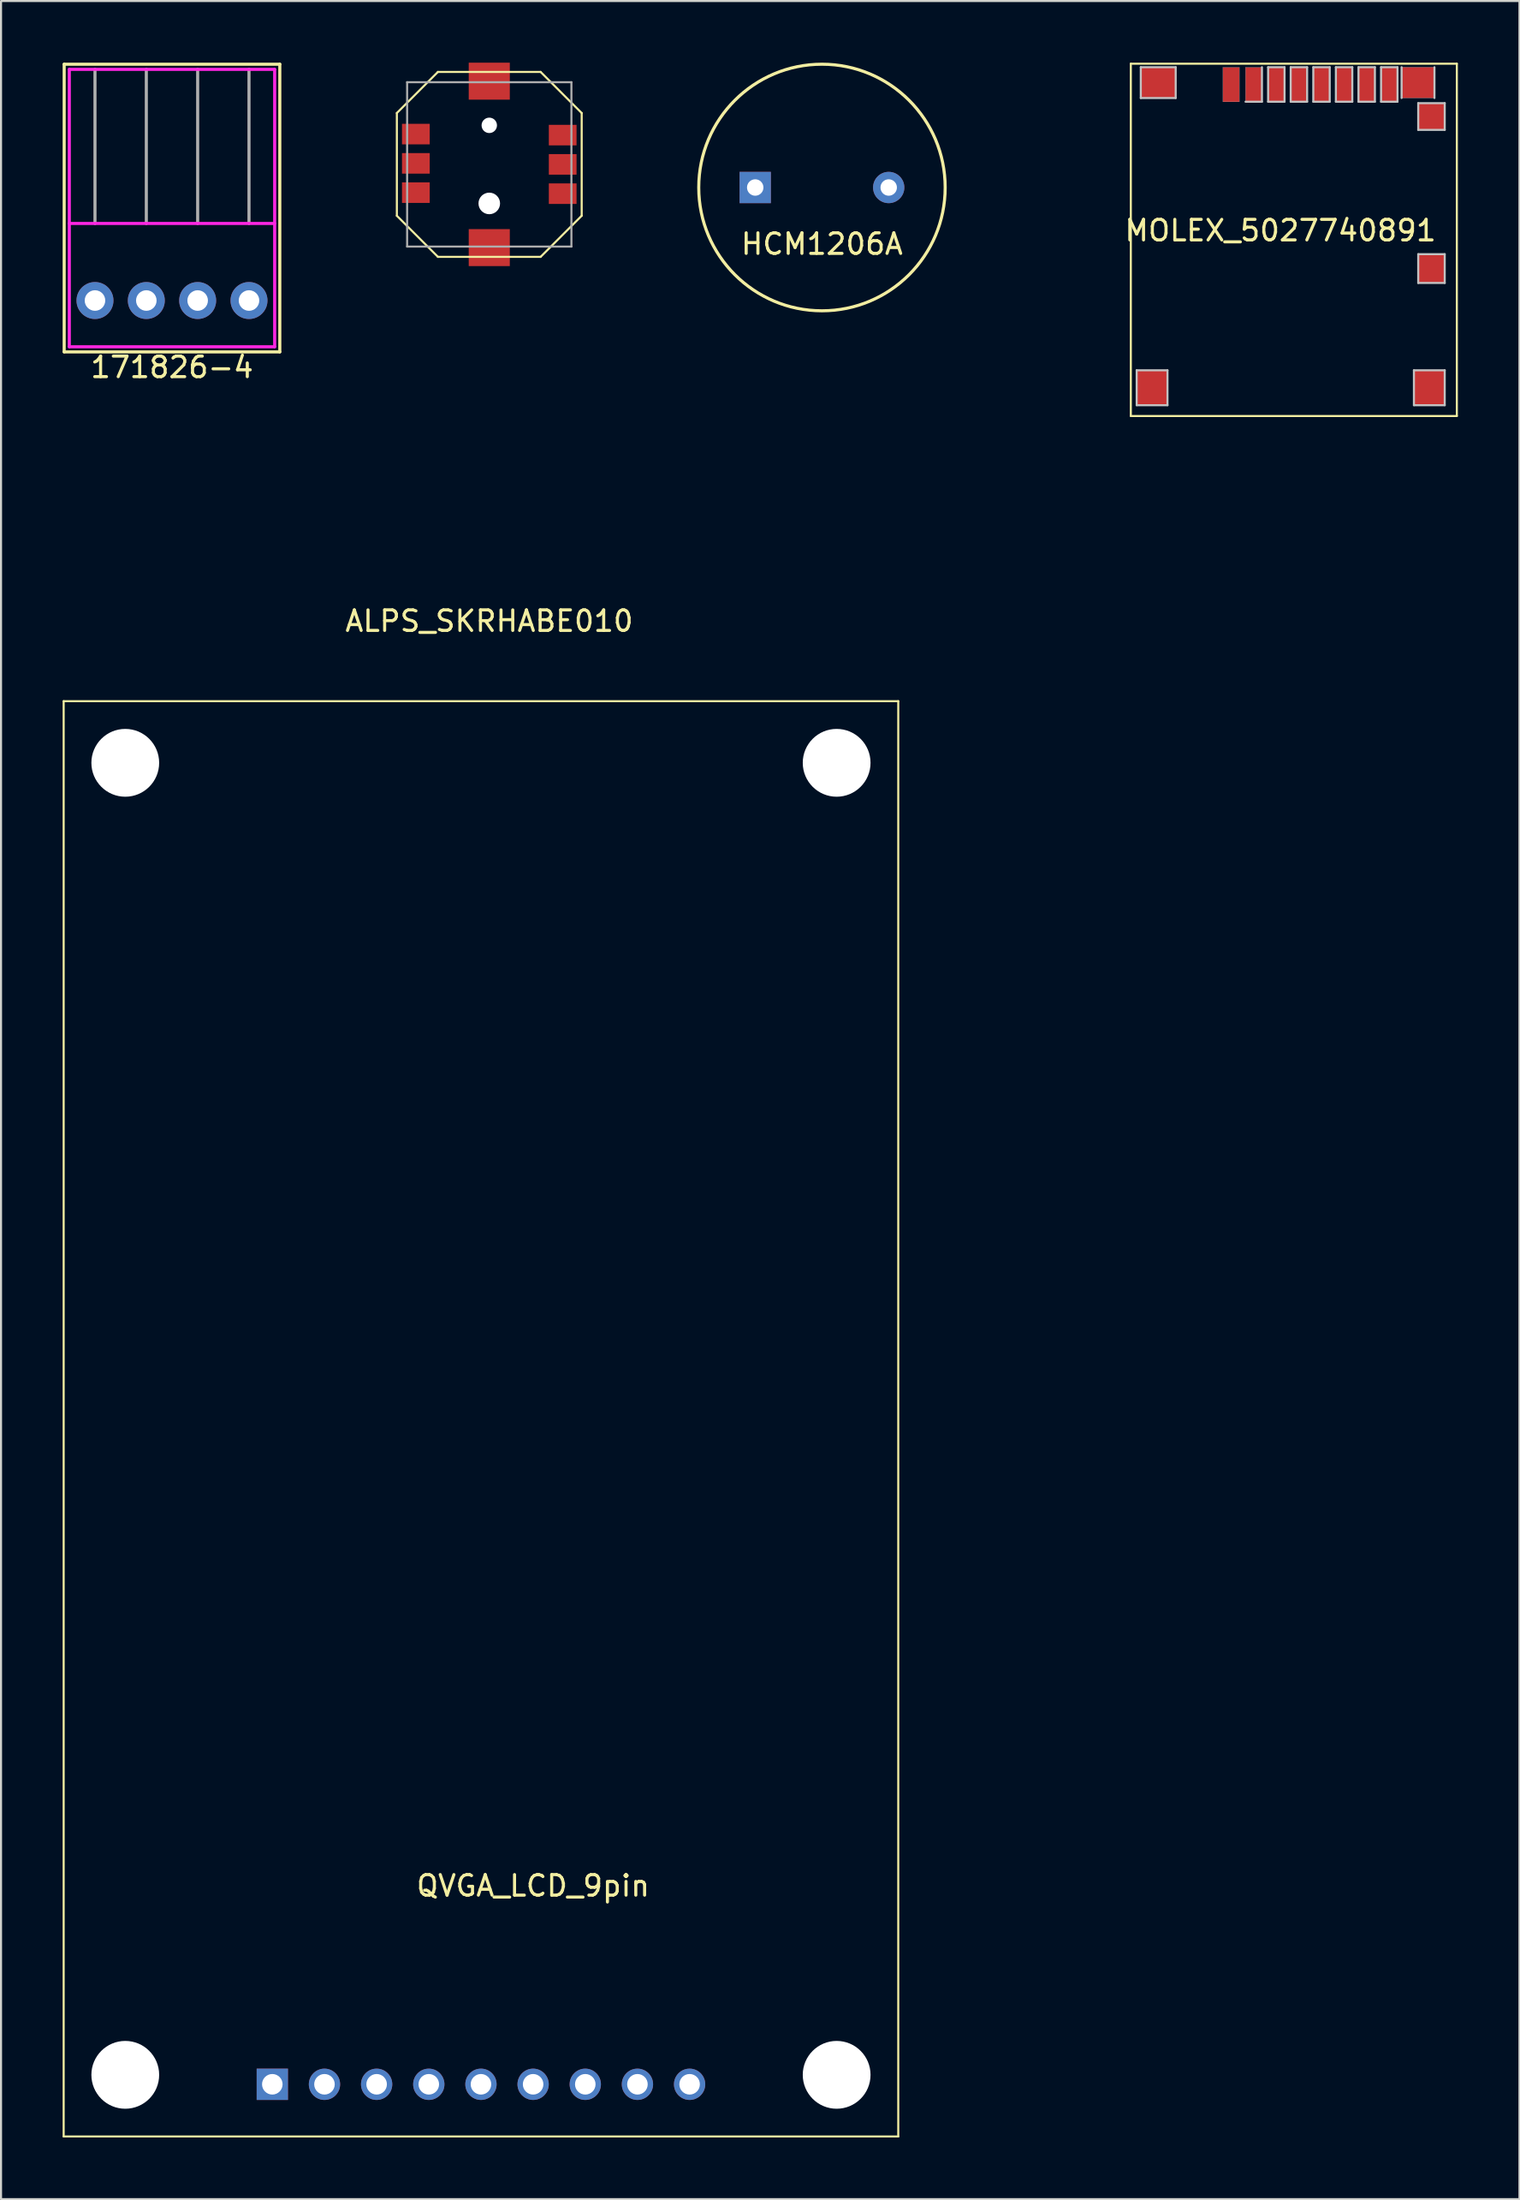
<source format=kicad_pcb>
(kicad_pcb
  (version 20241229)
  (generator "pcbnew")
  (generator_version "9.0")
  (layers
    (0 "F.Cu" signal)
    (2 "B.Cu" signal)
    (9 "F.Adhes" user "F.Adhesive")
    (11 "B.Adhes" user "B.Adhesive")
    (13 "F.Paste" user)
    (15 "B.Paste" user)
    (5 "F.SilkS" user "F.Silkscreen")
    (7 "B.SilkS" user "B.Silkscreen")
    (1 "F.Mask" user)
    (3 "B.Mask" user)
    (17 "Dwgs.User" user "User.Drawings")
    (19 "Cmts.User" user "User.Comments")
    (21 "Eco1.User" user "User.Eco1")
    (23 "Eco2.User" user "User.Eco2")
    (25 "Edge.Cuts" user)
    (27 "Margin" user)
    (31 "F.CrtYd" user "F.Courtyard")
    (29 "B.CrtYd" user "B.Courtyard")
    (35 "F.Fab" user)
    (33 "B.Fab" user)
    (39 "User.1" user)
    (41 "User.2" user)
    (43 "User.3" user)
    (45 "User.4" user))
  (footprint "MOLEX_5027740891"
    (layer "F.Cu")
    (at 46.3 7.67)
    (property "Reference" "MOLEX_5027740891" (at 13 0.5 0) (layer "F.SilkS") (effects (font (size 1 1) (thickness 0.15))))
    (attr through_hole)
    (fp_line (start 5.715 -7.62) (end 5.715 9.525) (stroke (width 0.1) (type solid)) (layer "F.SilkS"))
    (fp_line (start 5.715 9.525) (end 21.59 9.525) (stroke (width 0.1) (type solid)) (layer "F.SilkS"))
    (fp_line (start 21.59 -7.62) (end 5.715 -7.62) (stroke (width 0.1) (type solid)) (layer "F.SilkS"))
    (fp_line (start 21.59 -7.62) (end 21.59 9.525) (stroke (width 0.1) (type solid)) (layer "F.SilkS"))
    (fp_line (start 6 7.3) (end 7.5 7.3) (stroke (width 0.1) (type solid)) (layer "Dwgs.User"))
    (fp_line (start 6 9) (end 6 7.3) (stroke (width 0.1) (type solid)) (layer "Dwgs.User"))
    (fp_line (start 6.2 -7.45) (end 7.9 -7.45) (stroke (width 0.1) (type solid)) (layer "Dwgs.User"))
    (fp_line (start 6.2 -5.95) (end 6.2 -7.45) (stroke (width 0.1) (type solid)) (layer "Dwgs.User"))
    (fp_line (start 7.5 7.3) (end 7.5 9) (stroke (width 0.1) (type solid)) (layer "Dwgs.User"))
    (fp_line (start 7.5 9) (end 6 9) (stroke (width 0.1) (type solid)) (layer "Dwgs.User"))
    (fp_line (start 7.9 -7.45) (end 7.9 -5.95) (stroke (width 0.1) (type solid)) (layer "Dwgs.User"))
    (fp_line (start 7.9 -5.95) (end 6.2 -5.95) (stroke (width 0.1) (type solid)) (layer "Dwgs.User"))
    (fp_line (start 10.2 -7.45) (end 11 -7.45) (stroke (width 0.01) (type solid)) (layer "Dwgs.User"))
    (fp_line (start 10.2 -5.77) (end 10.2 -7.45) (stroke (width 0.01) (type solid)) (layer "Dwgs.User"))
    (fp_line (start 11 -7.45) (end 11 -5.77) (stroke (width 0.01) (type solid)) (layer "Dwgs.User"))
    (fp_line (start 11 -5.77) (end 10.2 -5.77) (stroke (width 0.01) (type solid)) (layer "Dwgs.User"))
    (fp_line (start 11.3 -7.45) (end 12.1 -7.45) (stroke (width 0.01) (type solid)) (layer "Dwgs.User"))
    (fp_line (start 11.3 -5.77) (end 11.3 -7.45) (stroke (width 0.01) (type solid)) (layer "Dwgs.User"))
    (fp_line (start 12.1 -7.45) (end 12.1 -5.77) (stroke (width 0.1) (type solid)) (layer "Dwgs.User"))
    (fp_line (start 12.1 -5.77) (end 11.3 -5.77) (stroke (width 0.1) (type solid)) (layer "Dwgs.User"))
    (fp_line (start 12.4 -7.45) (end 13.2 -7.45) (stroke (width 0.1) (type solid)) (layer "Dwgs.User"))
    (fp_line (start 12.4 -5.77) (end 12.4 -7.45) (stroke (width 0.1) (type solid)) (layer "Dwgs.User"))
    (fp_line (start 13.2 -7.45) (end 13.2 -5.77) (stroke (width 0.1) (type solid)) (layer "Dwgs.User"))
    (fp_line (start 13.2 -5.77) (end 12.4 -5.77) (stroke (width 0.1) (type solid)) (layer "Dwgs.User"))
    (fp_line (start 13.5 -7.45) (end 14.3 -7.45) (stroke (width 0.1) (type solid)) (layer "Dwgs.User"))
    (fp_line (start 13.5 -5.77) (end 13.5 -7.45) (stroke (width 0.1) (type solid)) (layer "Dwgs.User"))
    (fp_line (start 14.3 -7.45) (end 14.3 -5.77) (stroke (width 0.1) (type solid)) (layer "Dwgs.User"))
    (fp_line (start 14.3 -5.77) (end 13.5 -5.77) (stroke (width 0.1) (type solid)) (layer "Dwgs.User"))
    (fp_line (start 14.6 -7.45) (end 15.4 -7.45) (stroke (width 0.1) (type solid)) (layer "Dwgs.User"))
    (fp_line (start 14.6 -5.77) (end 14.6 -7.45) (stroke (width 0.1) (type solid)) (layer "Dwgs.User"))
    (fp_line (start 15.4 -7.45) (end 15.4 -5.77) (stroke (width 0.1) (type solid)) (layer "Dwgs.User"))
    (fp_line (start 15.4 -5.77) (end 14.6 -5.77) (stroke (width 0.1) (type solid)) (layer "Dwgs.User"))
    (fp_line (start 15.7 -7.45) (end 16.5 -7.45) (stroke (width 0.1) (type solid)) (layer "Dwgs.User"))
    (fp_line (start 15.7 -5.77) (end 15.7 -7.45) (stroke (width 0.1) (type solid)) (layer "Dwgs.User"))
    (fp_line (start 16.5 -7.45) (end 16.5 -5.77) (stroke (width 0.1) (type solid)) (layer "Dwgs.User"))
    (fp_line (start 16.5 -5.77) (end 15.7 -5.77) (stroke (width 0.1) (type solid)) (layer "Dwgs.User"))
    (fp_line (start 16.8 -7.45) (end 17.6 -7.45) (stroke (width 0.1) (type solid)) (layer "Dwgs.User"))
    (fp_line (start 16.8 -5.77) (end 16.8 -7.45) (stroke (width 0.1) (type solid)) (layer "Dwgs.User"))
    (fp_line (start 17.6 -7.45) (end 17.6 -5.77) (stroke (width 0.1) (type solid)) (layer "Dwgs.User"))
    (fp_line (start 17.6 -5.77) (end 16.8 -5.77) (stroke (width 0.1) (type solid)) (layer "Dwgs.User"))
    (fp_line (start 17.9 -7.45) (end 18.7 -7.45) (stroke (width 0.1) (type solid)) (layer "Dwgs.User"))
    (fp_line (start 17.9 -5.77) (end 17.9 -7.45) (stroke (width 0.1) (type solid)) (layer "Dwgs.User"))
    (fp_line (start 18.7 -7.45) (end 18.7 -5.77) (stroke (width 0.1) (type solid)) (layer "Dwgs.User"))
    (fp_line (start 18.7 -5.77) (end 17.9 -5.77) (stroke (width 0.1) (type solid)) (layer "Dwgs.User"))
    (fp_line (start 18.9 -7.45) (end 20.5 -7.45) (stroke (width 0.01) (type solid)) (layer "Dwgs.User"))
    (fp_line (start 18.9 -5.95) (end 18.9 -7.45) (stroke (width 0.1) (type solid)) (layer "Dwgs.User"))
    (fp_line (start 19.5 7.3) (end 21 7.3) (stroke (width 0.1) (type solid)) (layer "Dwgs.User"))
    (fp_line (start 19.5 9) (end 19.5 7.3) (stroke (width 0.1) (type solid)) (layer "Dwgs.User"))
    (fp_line (start 19.71 -5.7) (end 21 -5.7) (stroke (width 0.1) (type solid)) (layer "Dwgs.User"))
    (fp_line (start 19.71 -4.4) (end 19.71 -5.7) (stroke (width 0.1) (type solid)) (layer "Dwgs.User"))
    (fp_line (start 19.71 1.65) (end 21 1.65) (stroke (width 0.1) (type solid)) (layer "Dwgs.User"))
    (fp_line (start 19.71 3.05) (end 19.71 1.65) (stroke (width 0.1) (type solid)) (layer "Dwgs.User"))
    (fp_line (start 20.5 -7.45) (end 20.5 -5.95) (stroke (width 0.1) (type solid)) (layer "Dwgs.User"))
    (fp_line (start 20.5 -5.95) (end 18.9 -5.95) (stroke (width 0.01) (type solid)) (layer "Dwgs.User"))
    (fp_line (start 21 -5.7) (end 21 -4.4) (stroke (width 0.1) (type solid)) (layer "Dwgs.User"))
    (fp_line (start 21 -4.4) (end 19.71 -4.4) (stroke (width 0.1) (type solid)) (layer "Dwgs.User"))
    (fp_line (start 21 1.65) (end 21 3.05) (stroke (width 0.1) (type solid)) (layer "Dwgs.User"))
    (fp_line (start 21 3.05) (end 19.71 3.05) (stroke (width 0.1) (type solid)) (layer "Dwgs.User"))
    (fp_line (start 21 7.3) (end 21 9) (stroke (width 0.1) (type solid)) (layer "Dwgs.User"))
    (fp_line (start 21 9) (end 19.5 9) (stroke (width 0.1) (type solid)) (layer "Dwgs.User"))
    (pad "1" smd rect (at 10.6 -6.6) (size 0.8 1.68) (layers "F.Cu" "F.Mask" "F.Paste"))
    (pad "2" smd rect (at 11.7 -6.6) (size 0.8 1.68) (layers "F.Cu" "F.Mask" "F.Paste"))
    (pad "3" smd rect (at 12.8 -6.6) (size 0.8 1.68) (layers "F.Cu" "F.Mask" "F.Paste"))
    (pad "4" smd rect (at 13.9 -6.6) (size 0.8 1.68) (layers "F.Cu" "F.Mask" "F.Paste"))
    (pad "5" smd rect (at 15 -6.6) (size 0.8 1.68) (layers "F.Cu" "F.Mask" "F.Paste"))
    (pad "6" smd rect (at 16.1 -6.6) (size 0.8 1.68) (layers "F.Cu" "F.Mask" "F.Paste"))
    (pad "7" smd rect (at 17.2 -6.6) (size 0.8 1.68) (layers "F.Cu" "F.Mask" "F.Paste"))
    (pad "8" smd rect (at 18.3 -6.6) (size 0.8 1.68) (layers "F.Cu" "F.Mask" "F.Paste"))
    (pad "9" smd rect (at 20.35 -5.05 270) (size 1.3 1.29) (layers "F.Cu" "F.Mask" "F.Paste"))
    (pad "10" smd rect (at 20.35 2.35 90) (size 1.4 1.29) (layers "F.Cu" "F.Mask" "F.Paste"))
    (pad "11" smd rect (at 6.75 8.15 270) (size 1.7 1.5) (layers "F.Cu" "F.Mask" "F.Paste"))
    (pad "11" smd rect (at 7.05 -6.7) (size 1.7 1.5) (layers "F.Cu" "F.Mask" "F.Paste"))
    (pad "11" smd rect (at 19.7 -6.7) (size 1.6 1.5) (layers "F.Cu" "F.Mask" "F.Paste"))
    (pad "11" smd rect (at 20.25 8.15 270) (size 1.7 1.5) (layers "F.Cu" "F.Mask" "F.Paste")))
  (footprint "171826-4"
    (layer "F.Cu")
    (at 5.325 11.575)
    (property "Reference" "171826-4" (at 0 3.25 0) (layer "F.SilkS") (effects (font (size 1 1) (thickness 0.15))))
    (attr through_hole)
    (fp_line (start -5.25 -11.5) (end 5.25 -11.5) (stroke (width 0.15) (type solid)) (layer "F.SilkS"))
    (fp_line (start -5.25 2.5) (end -5.25 -11.5) (stroke (width 0.15) (type solid)) (layer "F.SilkS"))
    (fp_line (start 5.25 -11.5) (end 5.25 2.5) (stroke (width 0.15) (type solid)) (layer "F.SilkS"))
    (fp_line (start 5.25 2.5) (end -5.25 2.5) (stroke (width 0.15) (type solid)) (layer "F.SilkS"))
    (fp_line (start -5 -11.25) (end -5 2.25) (stroke (width 0.15) (type solid)) (layer "F.CrtYd"))
    (fp_line (start 5 -11.25) (end -5 -11.25) (stroke (width 0.15) (type solid)) (layer "F.CrtYd"))
    (fp_line (start 5 -11.25) (end 5 2.25) (stroke (width 0.15) (type solid)) (layer "F.CrtYd"))
    (fp_line (start 5 -3.75) (end -5 -3.75) (stroke (width 0.15) (type solid)) (layer "F.CrtYd"))
    (fp_line (start 5 2.25) (end -5 2.25) (stroke (width 0.15) (type solid)) (layer "F.CrtYd"))
    (fp_line (start -3.75 -3.75) (end -3.75 -11.25) (stroke (width 0.15) (type solid)) (layer "F.Fab"))
    (fp_line (start -1.25 -3.75) (end -1.25 -11.25) (stroke (width 0.15) (type solid)) (layer "F.Fab"))
    (fp_line (start 1.25 -3.75) (end 1.25 -11.25) (stroke (width 0.15) (type solid)) (layer "F.Fab"))
    (fp_line (start 3.75 -3.75) (end 3.75 -11.25) (stroke (width 0.15) (type solid)) (layer "F.Fab"))
    (pad "1" thru_hole circle (at 3.75 0) (size 1.8 1.8) (drill 1) (layers "*.Cu" "*.Mask"))
    (pad "2" thru_hole circle (at 1.25 0) (size 1.8 1.8) (drill 1) (layers "*.Cu" "*.Mask"))
    (pad "3" thru_hole circle (at -1.25 0) (size 1.8 1.8) (drill 1) (layers "*.Cu" "*.Mask"))
    (pad "4" thru_hole circle (at -3.75 0) (size 1.8 1.8) (drill 1) (layers "*.Cu" "*.Mask")))
  (footprint "ALPS_SKRHABE010"
    (layer "F.Cu")
    (at 20.775 4.95)
    (property "Reference" "ALPS_SKRHABE010" (at 0 22.225 0) (layer "F.SilkS") (effects (font (size 1 1) (thickness 0.15))))
    (attr through_hole)
    (fp_line (start -4.5 -2.5) (end -2.5 -4.5) (stroke (width 0.1) (type solid)) (layer "F.SilkS"))
    (fp_line (start -4.5 2.5) (end -4.5 -2.5) (stroke (width 0.1) (type solid)) (layer "F.SilkS"))
    (fp_line (start -2.5 -4.5) (end 2.5 -4.5) (stroke (width 0.1) (type solid)) (layer "F.SilkS"))
    (fp_line (start -2.5 4.5) (end -4.5 2.5) (stroke (width 0.1) (type solid)) (layer "F.SilkS"))
    (fp_line (start 2.5 -4.5) (end 4.5 -2.5) (stroke (width 0.1) (type solid)) (layer "F.SilkS"))
    (fp_line (start 2.5 4.5) (end -2.5 4.5) (stroke (width 0.1) (type solid)) (layer "F.SilkS"))
    (fp_line (start 4.5 -2.5) (end 4.5 2.5) (stroke (width 0.1) (type solid)) (layer "F.SilkS"))
    (fp_line (start 4.5 2.5) (end 2.5 4.5) (stroke (width 0.1) (type solid)) (layer "F.SilkS"))
    (fp_line (start -4 -4) (end 4 -4) (stroke (width 0.1) (type solid)) (layer "F.Fab"))
    (fp_line (start -4 4) (end -4 -4) (stroke (width 0.1) (type solid)) (layer "F.Fab"))
    (fp_line (start 4 -4) (end 4 4) (stroke (width 0.1) (type solid)) (layer "F.Fab"))
    (fp_line (start 4 4) (end -4 4) (stroke (width 0.1) (type solid)) (layer "F.Fab"))
    (pad "" smd rect (at 0 -4.05) (size 2 1.8) (layers "F.Cu" "F.Mask" "F.Paste"))
    (pad "" np_thru_hole circle (at 0 -1.9) (size 0.75 0.75) (drill 0.75) (layers "*.Cu" "*.Mask"))
    (pad "" np_thru_hole circle (at 0 1.9) (size 1.05 1.05) (drill 1.05) (layers "*.Cu" "*.Mask"))
    (pad "" smd rect (at 0 4.05) (size 2 1.8) (layers "F.Cu" "F.Mask" "F.Paste"))
    (pad "1" smd rect (at -3.575 -1.475) (size 1.35 1) (layers "F.Cu" "F.Mask" "F.Paste"))
    (pad "2" smd rect (at -3.575 -0.05) (size 1.35 1) (layers "F.Cu" "F.Mask" "F.Paste"))
    (pad "3" smd rect (at -3.575 1.375) (size 1.35 1) (layers "F.Cu" "F.Mask" "F.Paste"))
    (pad "4" smd rect (at 3.575 -1.425) (size 1.35 1) (layers "F.Cu" "F.Mask" "F.Paste"))
    (pad "5" smd rect (at 3.575 0) (size 1.35 1) (layers "F.Cu" "F.Mask" "F.Paste"))
    (pad "6" smd rect (at 3.575 1.425) (size 1.35 1) (layers "F.Cu" "F.Mask" "F.Paste")))
  (footprint "HCM1206A"
    (layer "F.Cu")
    (at 36.975 6.075)
    (property "Reference" "HCM1206A" (at 0 2.75 0) (layer "F.SilkS") (effects (font (size 1 1) (thickness 0.15))))
    (attr through_hole)
    (fp_circle (center 0 0) (end 6 0) (stroke (width 0.15) (type solid)) (fill no) (layer "F.SilkS"))
    (pad "1" thru_hole rect (at -3.25 0) (size 1.524 1.524) (drill 0.8) (layers "*.Cu" "*.Mask"))
    (pad "2" thru_hole circle (at 3.25 0) (size 1.524 1.524) (drill 0.8) (layers "*.Cu" "*.Mask")))
  (footprint "QVGA_LCD_9pin"
    (layer "F.Cu")
    (at 20.37 98.383)
    (property "Reference" "QVGA_LCD_9pin" (at 2.54 -9.66 0) (layer "F.SilkS") (effects (font (size 1 1) (thickness 0.15))))
    (attr through_hole)
    (fp_line (start -20.32 -67.31) (end 20.32 -67.31) (stroke (width 0.1) (type solid)) (layer "F.SilkS"))
    (fp_line (start -20.32 2.54) (end -20.32 -67.31) (stroke (width 0.1) (type solid)) (layer "F.SilkS"))
    (fp_line (start -20.32 2.54) (end 20.32 2.54) (stroke (width 0.1) (type solid)) (layer "F.SilkS"))
    (fp_line (start 20.32 -67.31) (end 20.32 2.54) (stroke (width 0.1) (type solid)) (layer "F.SilkS"))
    (pad "" np_thru_hole circle (at -17.32 -64.31) (size 3.3 3.3) (drill 3.3) (layers "*.Cu" "*.Mask"))
    (pad "" np_thru_hole circle (at -17.32 -0.46) (size 3.3 3.3) (drill 3.3) (layers "*.Cu" "*.Mask"))
    (pad "" np_thru_hole circle (at 17.32 -64.31) (size 3.3 3.3) (drill 3.3) (layers "*.Cu" "*.Mask"))
    (pad "" np_thru_hole circle (at 17.32 -0.46) (size 3.3 3.3) (drill 3.3) (layers "*.Cu" "*.Mask"))
    (pad "1" thru_hole rect (at -10.16 0) (size 1.524 1.524) (drill 1) (layers "*.Cu" "*.Mask"))
    (pad "2" thru_hole circle (at -7.62 0) (size 1.524 1.524) (drill 1) (layers "*.Cu" "*.Mask"))
    (pad "3" thru_hole circle (at -5.08 0) (size 1.524 1.524) (drill 1) (layers "*.Cu" "*.Mask"))
    (pad "4" thru_hole circle (at -2.54 0) (size 1.524 1.524) (drill 1) (layers "*.Cu" "*.Mask"))
    (pad "5" thru_hole circle (at 0 0) (size 1.524 1.524) (drill 1) (layers "*.Cu" "*.Mask"))
    (pad "6" thru_hole circle (at 2.54 0) (size 1.524 1.524) (drill 1) (layers "*.Cu" "*.Mask"))
    (pad "7" thru_hole circle (at 5.08 0) (size 1.524 1.524) (drill 1) (layers "*.Cu" "*.Mask"))
    (pad "8" thru_hole circle (at 7.62 0) (size 1.524 1.524) (drill 1) (layers "*.Cu" "*.Mask"))
    (pad "9" thru_hole circle (at 10.16 0) (size 1.524 1.524) (drill 1) (layers "*.Cu" "*.Mask")))
  (gr_rect
    (start -3 -3)
    (end 70.94 103.973)
    (stroke (width 0.1) (type default))
    (fill no)
    (layer "Edge.Cuts")))
</source>
